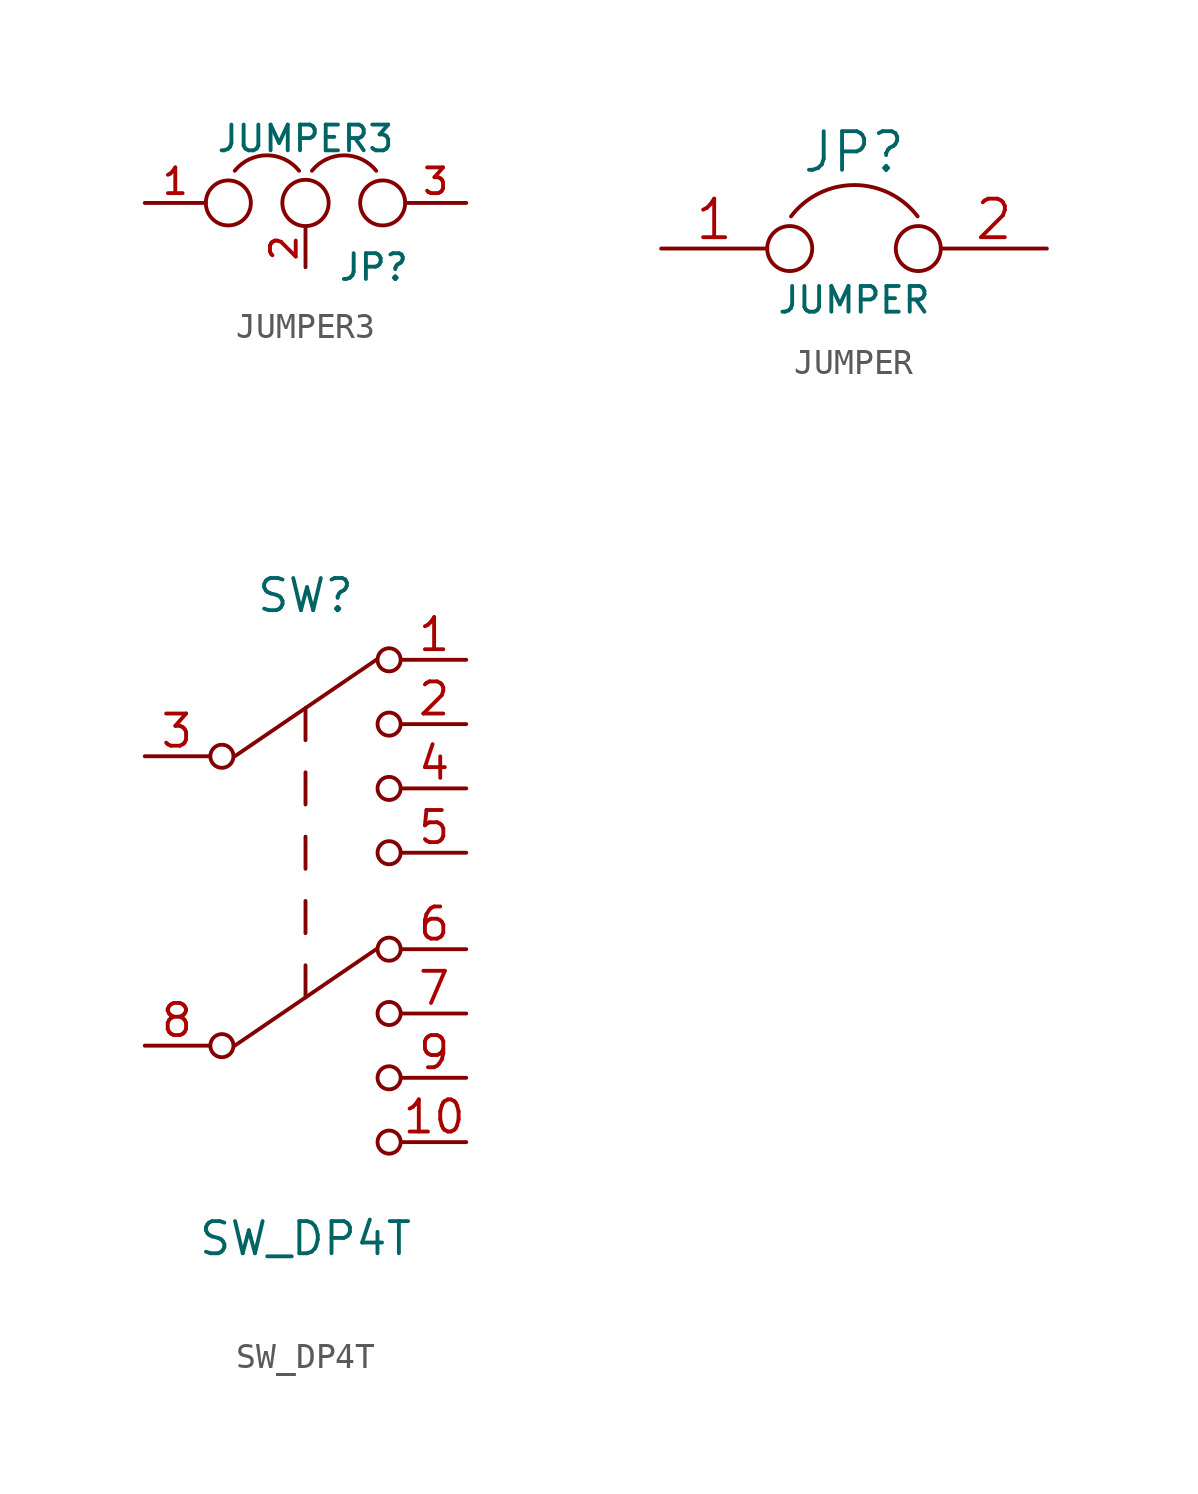
<source format=kicad_sym>
(kicad_symbol_lib
  (version 20220914)
  (generator kicad_symbol_editor)
  (symbol "JUMPER3"
    (pin_names
      (offset 0.762) hide)
    (property "Reference" "JP"
      (at 1.27 -2.54 0)
      (effects (font (size 1.016 1.016)) (justify left)))
    (property "Value" "JUMPER3"
      (at 0 2.54 0)
      (effects (font (size 1.016 1.016))))
    (property "Footprint" ""
      (at 0 0 0)
      (effects (font (size 1.524 1.524))))
    (property "Datasheet" ""
      (at 0 0 0)
      (effects (font (size 1.524 1.524))))
    (symbol "JUMPER3_0_1"
      (circle (center -3.048 0) (radius 0.889) (stroke (width 0) (type default)) (fill (type none)))
      (arc (start -0.254 1.27) (mid -1.524 1.8804) (end -2.794 1.27) (stroke (width 0) (type default)) (fill (type none)))
      (circle (center 0 0) (radius 0.914) (stroke (width 0) (type default)) (fill (type none)))
      (arc (start 2.794 1.27) (mid 1.524 1.8804) (end 0.254 1.27) (stroke (width 0) (type default)) (fill (type none)))
      (circle (center 3.048 0) (radius 0.889) (stroke (width 0) (type default)) (fill (type none)))
      (pin passive line (at -6.35 0 0) (length 2.413) (name "1" (effects (font (size 1.016 1.016)))) (number "1" (effects (font (size 1.016 1.016)))))
      (pin passive line (at 0 -2.54 90) (length 1.524) (name "2" (effects (font (size 1.016 1.016)))) (number "2" (effects (font (size 1.016 1.016)))))
      (pin passive line (at 6.35 0 180) (length 2.413) (name "3" (effects (font (size 1.016 1.016)))) (number "3" (effects (font (size 1.016 1.016)))))))
  (symbol "JUMPER"
    (pin_names
      (offset 0.762) hide)
    (property "Reference" "JP"
      (at 0 3.81 0)
      (effects (font (size 1.524 1.524))))
    (property "Value" "JUMPER"
      (at 0 -2.032 0)
      (effects (font (size 1.016 1.016))))
    (property "Footprint" ""
      (at 0 0 0)
      (effects (font (size 1.524 1.524))))
    (property "Datasheet" ""
      (at 0 0 0)
      (effects (font (size 1.524 1.524))))
    (symbol "JUMPER_0_1"
      (circle (center -2.54 0) (radius 0.889) (stroke (width 0) (type default)) (fill (type none)))
      (arc (start 2.5146 1.27) (mid 0.0127 2.5097) (end -2.4892 1.27) (stroke (width 0) (type default)) (fill (type none)))
      (circle (center 2.54 0) (radius 0.889) (stroke (width 0) (type default)) (fill (type none)))
      (pin passive line (at -7.62 0 0) (length 4.191) (name "1" (effects (font (size 1.524 1.524)))) (number "1" (effects (font (size 1.524 1.524)))))
      (pin passive line (at 7.62 0 180) (length 4.191) (name "2" (effects (font (size 1.524 1.524)))) (number "2" (effects (font (size 1.524 1.524)))))))
  (symbol "SW_DP4T"
    (pin_names
      (offset 0) hide)
    (property "Reference" "SW"
      (at 0 6.35 0)
      (effects (font (size 1.27 1.27))))
    (property "Value" "SW_DP4T"
      (at 0 -19.05 0)
      (effects (font (size 1.27 1.27))))
    (symbol "SW_DP4T_0_1"
      (polyline (pts (xy -2.794 0) (xy 2.794 3.81)) (stroke (width 0) (type default)) (fill (type none)))
      (polyline (pts (xy 0 -9.525) (xy 0 -8.255)) (stroke (width 0) (type default)) (fill (type none)))
      (polyline (pts (xy 0 -6.985) (xy 0 -5.715)) (stroke (width 0) (type default)) (fill (type none)))
      (polyline (pts (xy 0 -4.445) (xy 0 -3.175)) (stroke (width 0) (type default)) (fill (type none)))
      (polyline (pts (xy 0 -1.905) (xy 0 -0.635)) (stroke (width 0) (type default)) (fill (type none)))
      (polyline (pts (xy 0 0.635) (xy 0 1.905)) (stroke (width 0) (type default)) (fill (type none))))
    (symbol "SW_DP4T_1_1"
      (circle (center -3.302 -11.43) (radius 0.457) (stroke (width 0) (type default)) (fill (type none)))
      (circle (center -3.302 0) (radius 0.457) (stroke (width 0) (type default)) (fill (type none)))
      (polyline (pts (xy -2.794 -11.43) (xy 2.794 -7.62)) (stroke (width 0) (type default)) (fill (type none)))
      (circle (center 3.302 -15.24) (radius 0.457) (stroke (width 0) (type default)) (fill (type none)))
      (circle (center 3.302 -12.7) (radius 0.457) (stroke (width 0) (type default)) (fill (type none)))
      (circle (center 3.302 -10.16) (radius 0.457) (stroke (width 0) (type default)) (fill (type none)))
      (circle (center 3.302 -7.62) (radius 0.457) (stroke (width 0) (type default)) (fill (type none)))
      (circle (center 3.302 -3.81) (radius 0.457) (stroke (width 0) (type default)) (fill (type none)))
      (circle (center 3.302 -1.27) (radius 0.457) (stroke (width 0) (type default)) (fill (type none)))
      (circle (center 3.302 1.27) (radius 0.457) (stroke (width 0) (type default)) (fill (type none)))
      (circle (center 3.302 3.81) (radius 0.457) (stroke (width 0) (type default)) (fill (type none)))
      (pin passive line (at 6.35 3.81 180) (length 2.54) (name "1" (effects (font (size 1.27 1.27)))) (number "1" (effects (font (size 1.27 1.27)))))
      (pin passive line (at 6.35 -15.24 180) (length 2.54) (name "10" (effects (font (size 1.27 1.27)))) (number "10" (effects (font (size 1.27 1.27)))))
      (pin passive line (at 6.35 1.27 180) (length 2.54) (name "2" (effects (font (size 1.27 1.27)))) (number "2" (effects (font (size 1.27 1.27)))))
      (pin passive line (at -6.35 0 0) (length 2.54) (name "3" (effects (font (size 1.27 1.27)))) (number "3" (effects (font (size 1.27 1.27)))))
      (pin passive line (at 6.35 -1.27 180) (length 2.54) (name "4" (effects (font (size 1.27 1.27)))) (number "4" (effects (font (size 1.27 1.27)))))
      (pin passive line (at 6.35 -3.81 180) (length 2.54) (name "5" (effects (font (size 1.27 1.27)))) (number "5" (effects (font (size 1.27 1.27)))))
      (pin passive line (at 6.35 -7.62 180) (length 2.54) (name "6" (effects (font (size 1.27 1.27)))) (number "6" (effects (font (size 1.27 1.27)))))
      (pin passive line (at 6.35 -10.16 180) (length 2.54) (name "7" (effects (font (size 1.27 1.27)))) (number "7" (effects (font (size 1.27 1.27)))))
      (pin passive line (at -6.35 -11.43 0) (length 2.54) (name "8" (effects (font (size 1.27 1.27)))) (number "8" (effects (font (size 1.27 1.27)))))
      (pin passive line (at 6.35 -12.7 180) (length 2.54) (name "9" (effects (font (size 1.27 1.27)))) (number "9" (effects (font (size 1.27 1.27))))))))
</source>
